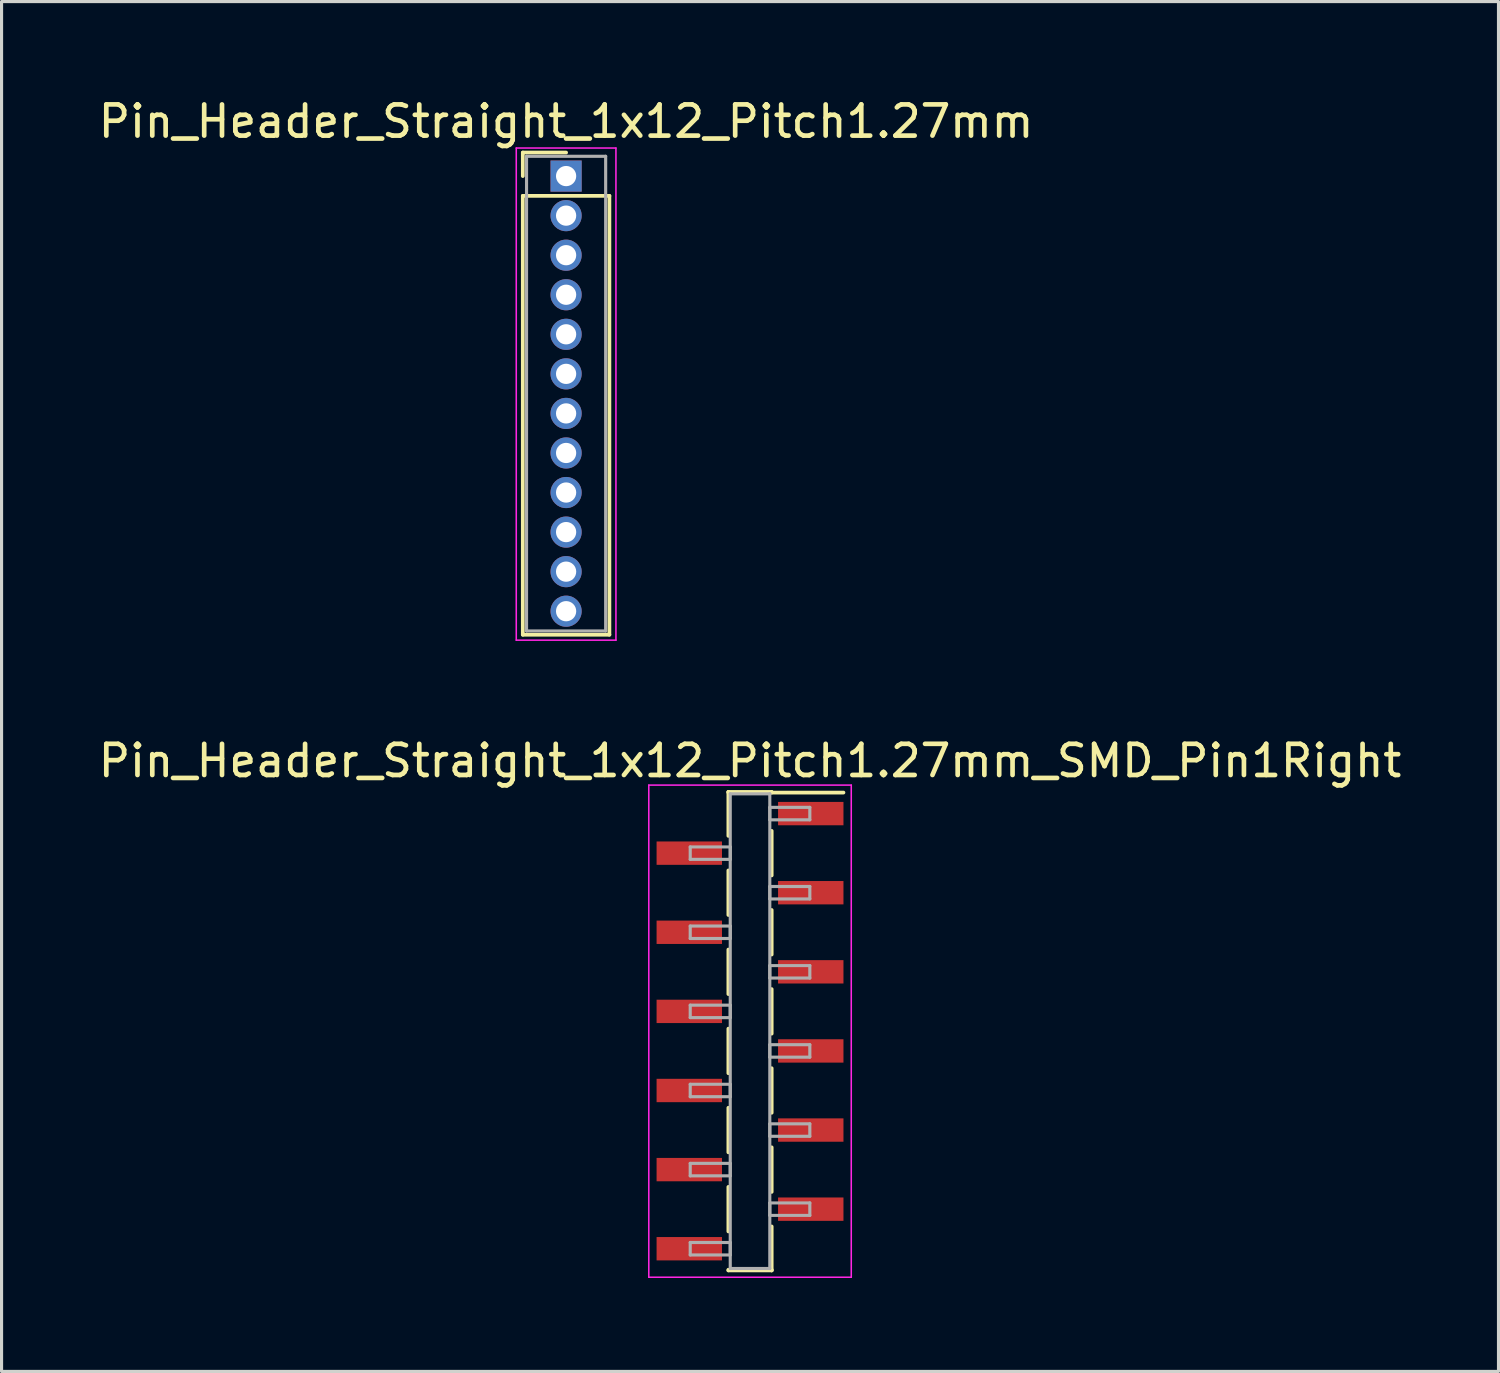
<source format=kicad_pcb>
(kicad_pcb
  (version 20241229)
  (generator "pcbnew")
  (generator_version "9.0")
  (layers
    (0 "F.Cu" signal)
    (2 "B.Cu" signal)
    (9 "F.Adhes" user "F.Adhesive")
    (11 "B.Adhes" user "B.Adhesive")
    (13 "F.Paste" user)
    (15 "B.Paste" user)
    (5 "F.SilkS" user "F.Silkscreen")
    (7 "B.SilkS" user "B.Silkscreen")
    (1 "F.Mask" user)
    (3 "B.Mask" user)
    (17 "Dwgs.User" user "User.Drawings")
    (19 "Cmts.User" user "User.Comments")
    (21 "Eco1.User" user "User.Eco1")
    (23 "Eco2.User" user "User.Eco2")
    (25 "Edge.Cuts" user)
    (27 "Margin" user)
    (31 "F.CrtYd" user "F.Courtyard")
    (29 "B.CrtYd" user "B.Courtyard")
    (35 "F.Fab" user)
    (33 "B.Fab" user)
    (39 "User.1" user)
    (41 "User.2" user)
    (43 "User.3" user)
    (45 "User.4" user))
  (footprint "Pin_Header_Straight_1x12_Pitch1.27mm_SMD_Pin1Right"
    (layer "F.Cu")
    (at 21.03 30.056)
    (property "Reference" "Pin_Header_Straight_1x12_Pitch1.27mm_SMD_Pin1Right" (at 0 -8.68 0) (layer "F.SilkS") (effects (font (size 1 1) (thickness 0.15))))
    (attr smd)
    (fp_line (start -0.695 -7.68) (end -0.695 -6.27) (stroke (width 0.12) (type solid)) (layer "F.SilkS"))
    (fp_line (start -0.695 -7.68) (end 0.695 -7.68) (stroke (width 0.12) (type solid)) (layer "F.SilkS"))
    (fp_line (start -0.695 -7.66) (end -0.695 -7.68) (stroke (width 0.12) (type solid)) (layer "F.SilkS"))
    (fp_line (start -0.695 -5.16) (end -0.695 -3.73) (stroke (width 0.12) (type solid)) (layer "F.SilkS"))
    (fp_line (start -0.695 -2.62) (end -0.695 -1.19) (stroke (width 0.12) (type solid)) (layer "F.SilkS"))
    (fp_line (start -0.695 -0.08) (end -0.695 1.35) (stroke (width 0.12) (type solid)) (layer "F.SilkS"))
    (fp_line (start -0.695 2.46) (end -0.695 3.89) (stroke (width 0.12) (type solid)) (layer "F.SilkS"))
    (fp_line (start -0.695 5) (end -0.695 6.43) (stroke (width 0.12) (type solid)) (layer "F.SilkS"))
    (fp_line (start -0.695 7.66) (end -0.695 7.68) (stroke (width 0.12) (type solid)) (layer "F.SilkS"))
    (fp_line (start -0.695 7.68) (end 0.695 7.68) (stroke (width 0.12) (type solid)) (layer "F.SilkS"))
    (fp_line (start 0.695 -7.68) (end 0.695 -7.66) (stroke (width 0.12) (type solid)) (layer "F.SilkS"))
    (fp_line (start 0.695 -7.66) (end 3 -7.66) (stroke (width 0.12) (type solid)) (layer "F.SilkS"))
    (fp_line (start 0.695 -6.43) (end 0.695 -5) (stroke (width 0.12) (type solid)) (layer "F.SilkS"))
    (fp_line (start 0.695 -3.89) (end 0.695 -2.46) (stroke (width 0.12) (type solid)) (layer "F.SilkS"))
    (fp_line (start 0.695 -1.35) (end 0.695 0.08) (stroke (width 0.12) (type solid)) (layer "F.SilkS"))
    (fp_line (start 0.695 1.19) (end 0.695 2.62) (stroke (width 0.12) (type solid)) (layer "F.SilkS"))
    (fp_line (start 0.695 3.73) (end 0.695 5.16) (stroke (width 0.12) (type solid)) (layer "F.SilkS"))
    (fp_line (start 0.695 6.27) (end 0.695 7.68) (stroke (width 0.12) (type solid)) (layer "F.SilkS"))
    (fp_line (start 0.695 7.68) (end 0.695 7.66) (stroke (width 0.12) (type solid)) (layer "F.SilkS"))
    (fp_line (start -3.25 -7.9) (end -3.25 7.9) (stroke (width 0.05) (type solid)) (layer "F.CrtYd"))
    (fp_line (start -3.25 7.9) (end 3.25 7.9) (stroke (width 0.05) (type solid)) (layer "F.CrtYd"))
    (fp_line (start 3.25 -7.9) (end -3.25 -7.9) (stroke (width 0.05) (type solid)) (layer "F.CrtYd"))
    (fp_line (start 3.25 7.9) (end 3.25 -7.9) (stroke (width 0.05) (type solid)) (layer "F.CrtYd"))
    (fp_line (start -1.92 -5.915) (end -0.635 -5.915) (stroke (width 0.1) (type solid)) (layer "F.Fab"))
    (fp_line (start -1.92 -5.515) (end -1.92 -5.915) (stroke (width 0.1) (type solid)) (layer "F.Fab"))
    (fp_line (start -1.92 -3.375) (end -0.635 -3.375) (stroke (width 0.1) (type solid)) (layer "F.Fab"))
    (fp_line (start -1.92 -2.975) (end -1.92 -3.375) (stroke (width 0.1) (type solid)) (layer "F.Fab"))
    (fp_line (start -1.92 -0.835) (end -0.635 -0.835) (stroke (width 0.1) (type solid)) (layer "F.Fab"))
    (fp_line (start -1.92 -0.435) (end -1.92 -0.835) (stroke (width 0.1) (type solid)) (layer "F.Fab"))
    (fp_line (start -1.92 1.705) (end -0.635 1.705) (stroke (width 0.1) (type solid)) (layer "F.Fab"))
    (fp_line (start -1.92 2.105) (end -1.92 1.705) (stroke (width 0.1) (type solid)) (layer "F.Fab"))
    (fp_line (start -1.92 4.245) (end -0.635 4.245) (stroke (width 0.1) (type solid)) (layer "F.Fab"))
    (fp_line (start -1.92 4.645) (end -1.92 4.245) (stroke (width 0.1) (type solid)) (layer "F.Fab"))
    (fp_line (start -1.92 6.785) (end -0.635 6.785) (stroke (width 0.1) (type solid)) (layer "F.Fab"))
    (fp_line (start -1.92 7.185) (end -1.92 6.785) (stroke (width 0.1) (type solid)) (layer "F.Fab"))
    (fp_line (start -0.635 -7.62) (end -0.635 7.62) (stroke (width 0.1) (type solid)) (layer "F.Fab"))
    (fp_line (start -0.635 -5.915) (end -0.635 -5.515) (stroke (width 0.1) (type solid)) (layer "F.Fab"))
    (fp_line (start -0.635 -5.515) (end -1.92 -5.515) (stroke (width 0.1) (type solid)) (layer "F.Fab"))
    (fp_line (start -0.635 -3.375) (end -0.635 -2.975) (stroke (width 0.1) (type solid)) (layer "F.Fab"))
    (fp_line (start -0.635 -2.975) (end -1.92 -2.975) (stroke (width 0.1) (type solid)) (layer "F.Fab"))
    (fp_line (start -0.635 -0.835) (end -0.635 -0.435) (stroke (width 0.1) (type solid)) (layer "F.Fab"))
    (fp_line (start -0.635 -0.435) (end -1.92 -0.435) (stroke (width 0.1) (type solid)) (layer "F.Fab"))
    (fp_line (start -0.635 1.705) (end -0.635 2.105) (stroke (width 0.1) (type solid)) (layer "F.Fab"))
    (fp_line (start -0.635 2.105) (end -1.92 2.105) (stroke (width 0.1) (type solid)) (layer "F.Fab"))
    (fp_line (start -0.635 4.245) (end -0.635 4.645) (stroke (width 0.1) (type solid)) (layer "F.Fab"))
    (fp_line (start -0.635 4.645) (end -1.92 4.645) (stroke (width 0.1) (type solid)) (layer "F.Fab"))
    (fp_line (start -0.635 6.785) (end -0.635 7.185) (stroke (width 0.1) (type solid)) (layer "F.Fab"))
    (fp_line (start -0.635 7.185) (end -1.92 7.185) (stroke (width 0.1) (type solid)) (layer "F.Fab"))
    (fp_line (start -0.635 7.62) (end 0.635 7.62) (stroke (width 0.1) (type solid)) (layer "F.Fab"))
    (fp_line (start 0.635 -7.62) (end -0.635 -7.62) (stroke (width 0.1) (type solid)) (layer "F.Fab"))
    (fp_line (start 0.635 -7.185) (end 0.635 -6.785) (stroke (width 0.1) (type solid)) (layer "F.Fab"))
    (fp_line (start 0.635 -6.785) (end 1.92 -6.785) (stroke (width 0.1) (type solid)) (layer "F.Fab"))
    (fp_line (start 0.635 -4.645) (end 0.635 -4.245) (stroke (width 0.1) (type solid)) (layer "F.Fab"))
    (fp_line (start 0.635 -4.245) (end 1.92 -4.245) (stroke (width 0.1) (type solid)) (layer "F.Fab"))
    (fp_line (start 0.635 -2.105) (end 0.635 -1.705) (stroke (width 0.1) (type solid)) (layer "F.Fab"))
    (fp_line (start 0.635 -1.705) (end 1.92 -1.705) (stroke (width 0.1) (type solid)) (layer "F.Fab"))
    (fp_line (start 0.635 0.435) (end 0.635 0.835) (stroke (width 0.1) (type solid)) (layer "F.Fab"))
    (fp_line (start 0.635 0.835) (end 1.92 0.835) (stroke (width 0.1) (type solid)) (layer "F.Fab"))
    (fp_line (start 0.635 2.975) (end 0.635 3.375) (stroke (width 0.1) (type solid)) (layer "F.Fab"))
    (fp_line (start 0.635 3.375) (end 1.92 3.375) (stroke (width 0.1) (type solid)) (layer "F.Fab"))
    (fp_line (start 0.635 5.515) (end 0.635 5.915) (stroke (width 0.1) (type solid)) (layer "F.Fab"))
    (fp_line (start 0.635 5.915) (end 1.92 5.915) (stroke (width 0.1) (type solid)) (layer "F.Fab"))
    (fp_line (start 0.635 7.62) (end 0.635 -7.62) (stroke (width 0.1) (type solid)) (layer "F.Fab"))
    (fp_line (start 1.92 -7.185) (end 0.635 -7.185) (stroke (width 0.1) (type solid)) (layer "F.Fab"))
    (fp_line (start 1.92 -6.785) (end 1.92 -7.185) (stroke (width 0.1) (type solid)) (layer "F.Fab"))
    (fp_line (start 1.92 -4.645) (end 0.635 -4.645) (stroke (width 0.1) (type solid)) (layer "F.Fab"))
    (fp_line (start 1.92 -4.245) (end 1.92 -4.645) (stroke (width 0.1) (type solid)) (layer "F.Fab"))
    (fp_line (start 1.92 -2.105) (end 0.635 -2.105) (stroke (width 0.1) (type solid)) (layer "F.Fab"))
    (fp_line (start 1.92 -1.705) (end 1.92 -2.105) (stroke (width 0.1) (type solid)) (layer "F.Fab"))
    (fp_line (start 1.92 0.435) (end 0.635 0.435) (stroke (width 0.1) (type solid)) (layer "F.Fab"))
    (fp_line (start 1.92 0.835) (end 1.92 0.435) (stroke (width 0.1) (type solid)) (layer "F.Fab"))
    (fp_line (start 1.92 2.975) (end 0.635 2.975) (stroke (width 0.1) (type solid)) (layer "F.Fab"))
    (fp_line (start 1.92 3.375) (end 1.92 2.975) (stroke (width 0.1) (type solid)) (layer "F.Fab"))
    (fp_line (start 1.92 5.515) (end 0.635 5.515) (stroke (width 0.1) (type solid)) (layer "F.Fab"))
    (fp_line (start 1.92 5.915) (end 1.92 5.515) (stroke (width 0.1) (type solid)) (layer "F.Fab"))
    (pad "1" smd rect (at 1.95 -6.985) (size 2.1 0.75) (layers "F.Cu" "F.Mask"))
    (pad "2" smd rect (at -1.95 -5.715) (size 2.1 0.75) (layers "F.Cu" "F.Mask"))
    (pad "3" smd rect (at 1.95 -4.445) (size 2.1 0.75) (layers "F.Cu" "F.Mask"))
    (pad "4" smd rect (at -1.95 -3.175) (size 2.1 0.75) (layers "F.Cu" "F.Mask"))
    (pad "5" smd rect (at 1.95 -1.905) (size 2.1 0.75) (layers "F.Cu" "F.Mask"))
    (pad "6" smd rect (at -1.95 -0.635) (size 2.1 0.75) (layers "F.Cu" "F.Mask"))
    (pad "7" smd rect (at 1.95 0.635) (size 2.1 0.75) (layers "F.Cu" "F.Mask"))
    (pad "8" smd rect (at -1.95 1.905) (size 2.1 0.75) (layers "F.Cu" "F.Mask"))
    (pad "9" smd rect (at 1.95 3.175) (size 2.1 0.75) (layers "F.Cu" "F.Mask"))
    (pad "10" smd rect (at -1.95 4.445) (size 2.1 0.75) (layers "F.Cu" "F.Mask"))
    (pad "11" smd rect (at 1.95 5.715) (size 2.1 0.75) (layers "F.Cu" "F.Mask"))
    (pad "12" smd rect (at -1.95 6.985) (size 2.1 0.75) (layers "F.Cu" "F.Mask")))
  (footprint "Pin_Header_Straight_1x12_Pitch1.27mm"
    (layer "F.Cu")
    (at 15.125 2.603)
    (property "Reference" "Pin_Header_Straight_1x12_Pitch1.27mm" (at 0 -1.755 0) (layer "F.SilkS") (effects (font (size 1 1) (thickness 0.15))))
    (attr through_hole)
    (fp_line (start -1.39 -0.755) (end 0 -0.755) (stroke (width 0.12) (type solid)) (layer "F.SilkS"))
    (fp_line (start -1.39 0) (end -1.39 -0.755) (stroke (width 0.12) (type solid)) (layer "F.SilkS"))
    (fp_line (start -1.39 0.635) (end -1.39 14.725) (stroke (width 0.12) (type solid)) (layer "F.SilkS"))
    (fp_line (start -1.39 14.725) (end 1.39 14.725) (stroke (width 0.12) (type solid)) (layer "F.SilkS"))
    (fp_line (start 1.39 0.635) (end -1.39 0.635) (stroke (width 0.12) (type solid)) (layer "F.SilkS"))
    (fp_line (start 1.39 14.725) (end 1.39 0.635) (stroke (width 0.12) (type solid)) (layer "F.SilkS"))
    (fp_line (start -1.6 -0.9) (end -1.6 14.9) (stroke (width 0.05) (type solid)) (layer "F.CrtYd"))
    (fp_line (start -1.6 14.9) (end 1.6 14.9) (stroke (width 0.05) (type solid)) (layer "F.CrtYd"))
    (fp_line (start 1.6 -0.9) (end -1.6 -0.9) (stroke (width 0.05) (type solid)) (layer "F.CrtYd"))
    (fp_line (start 1.6 14.9) (end 1.6 -0.9) (stroke (width 0.05) (type solid)) (layer "F.CrtYd"))
    (fp_line (start -1.27 -0.635) (end -1.27 14.605) (stroke (width 0.1) (type solid)) (layer "F.Fab"))
    (fp_line (start -1.27 14.605) (end 1.27 14.605) (stroke (width 0.1) (type solid)) (layer "F.Fab"))
    (fp_line (start 1.27 -0.635) (end -1.27 -0.635) (stroke (width 0.1) (type solid)) (layer "F.Fab"))
    (fp_line (start 1.27 14.605) (end 1.27 -0.635) (stroke (width 0.1) (type solid)) (layer "F.Fab"))
    (pad "1" thru_hole rect (at 0 0) (size 1 1) (drill 0.65) (layers "*.Cu" "*.Mask"))
    (pad "2" thru_hole oval (at 0 1.27) (size 1 1) (drill 0.65) (layers "*.Cu" "*.Mask"))
    (pad "3" thru_hole oval (at 0 2.54) (size 1 1) (drill 0.65) (layers "*.Cu" "*.Mask"))
    (pad "4" thru_hole oval (at 0 3.81) (size 1 1) (drill 0.65) (layers "*.Cu" "*.Mask"))
    (pad "5" thru_hole oval (at 0 5.08) (size 1 1) (drill 0.65) (layers "*.Cu" "*.Mask"))
    (pad "6" thru_hole oval (at 0 6.35) (size 1 1) (drill 0.65) (layers "*.Cu" "*.Mask"))
    (pad "7" thru_hole oval (at 0 7.62) (size 1 1) (drill 0.65) (layers "*.Cu" "*.Mask"))
    (pad "8" thru_hole oval (at 0 8.89) (size 1 1) (drill 0.65) (layers "*.Cu" "*.Mask"))
    (pad "9" thru_hole oval (at 0 10.16) (size 1 1) (drill 0.65) (layers "*.Cu" "*.Mask"))
    (pad "10" thru_hole oval (at 0 11.43) (size 1 1) (drill 0.65) (layers "*.Cu" "*.Mask"))
    (pad "11" thru_hole oval (at 0 12.7) (size 1 1) (drill 0.65) (layers "*.Cu" "*.Mask"))
    (pad "12" thru_hole oval (at 0 13.97) (size 1 1) (drill 0.65) (layers "*.Cu" "*.Mask")))
  (gr_rect
    (start -3 -3)
    (end 45.06 40.981)
    (stroke (width 0.1) (type default))
    (fill no)
    (layer "Edge.Cuts")))
</source>
